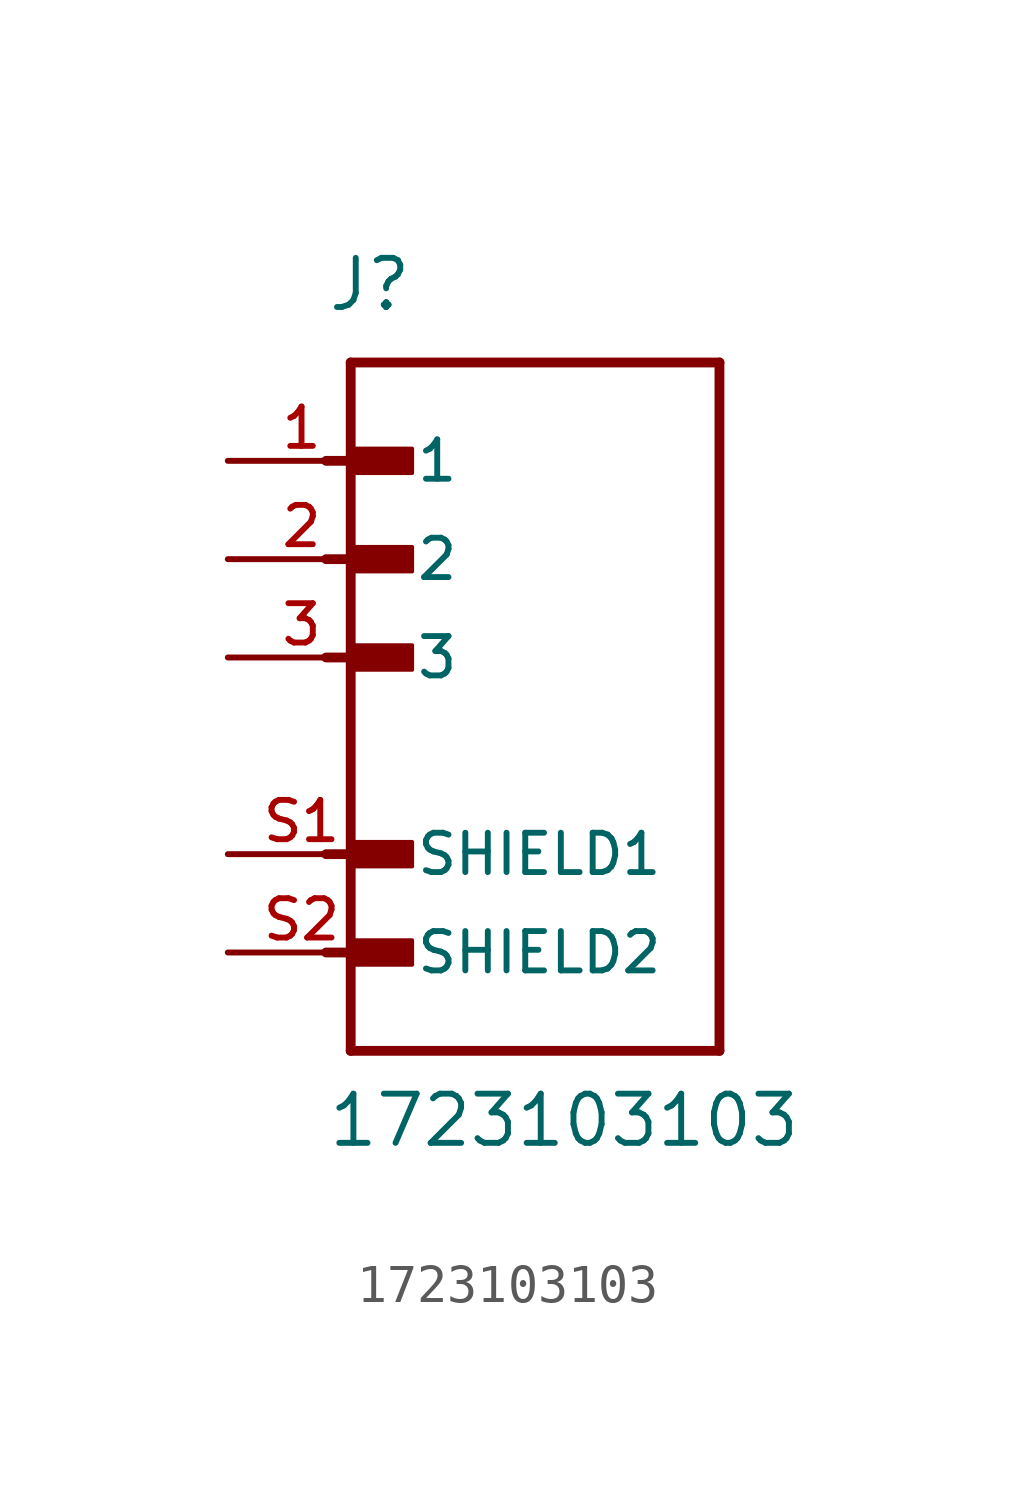
<source format=kicad_sym>
(kicad_symbol_lib
  (version 20241209)
  (generator "kicad_symbol_editor")
  (generator_version "9.0")
  (symbol "1723103103"
    (pin_names
      (offset 1.016))
    (property "Reference" "J"
      (at -7.62 8.89 0)
      (effects (font (size 1.27 1.27)) (justify left bottom)))
    (property "Value" "1723103103"
      (at -7.62 -12.7 0)
      (effects (font (size 1.27 1.27)) (justify left bottom)))
    (symbol "1723103103_0_0"
      (polyline (pts (xy -7.62 5.08) (xy -5.715 5.08)) (stroke (width 0.254) (type default)) (fill (type none)))
      (polyline (pts (xy -7.62 2.54) (xy -5.715 2.54)) (stroke (width 0.254) (type default)) (fill (type none)))
      (polyline (pts (xy -7.62 0) (xy -5.715 0)) (stroke (width 0.254) (type default)) (fill (type none)))
      (polyline (pts (xy -7.62 -5.08) (xy -5.715 -5.08)) (stroke (width 0.254) (type default)) (fill (type none)))
      (polyline (pts (xy -7.62 -7.62) (xy -5.715 -7.62)) (stroke (width 0.254) (type default)) (fill (type none)))
      (polyline (pts (xy -6.985 7.62) (xy -6.985 -10.16)) (stroke (width 0.254) (type default)) (fill (type none)))
      (rectangle (start -6.985 4.763) (end -5.397 5.397) (stroke (width 0.1) (type default)) (fill (type outline)))
      (rectangle (start -6.985 2.223) (end -5.397 2.857) (stroke (width 0.1) (type default)) (fill (type outline)))
      (rectangle (start -6.985 -0.318) (end -5.397 0.318) (stroke (width 0.1) (type default)) (fill (type outline)))
      (rectangle (start -6.985 -5.397) (end -5.397 -4.763) (stroke (width 0.1) (type default)) (fill (type outline)))
      (rectangle (start -6.985 -7.938) (end -5.397 -7.303) (stroke (width 0.1) (type default)) (fill (type outline)))
      (polyline (pts (xy -6.985 -10.16) (xy 2.54 -10.16)) (stroke (width 0.254) (type default)) (fill (type none)))
      (polyline (pts (xy 2.54 7.62) (xy -6.985 7.62)) (stroke (width 0.254) (type default)) (fill (type none)))
      (polyline (pts (xy 2.54 -10.16) (xy 2.54 7.62)) (stroke (width 0.254) (type default)) (fill (type none)))
      (pin passive line (at -10.16 5.08 0) (length 3.81) (name "1" (effects (font (size 1.016 1.016)))) (number "1" (effects (font (size 1.016 1.016)))))
      (pin passive line (at -10.16 2.54 0) (length 3.81) (name "2" (effects (font (size 1.016 1.016)))) (number "2" (effects (font (size 1.016 1.016)))))
      (pin passive line (at -10.16 0 0) (length 3.81) (name "3" (effects (font (size 1.016 1.016)))) (number "3" (effects (font (size 1.016 1.016)))))
      (pin passive line (at -10.16 -5.08 0) (length 3.81) (name "SHIELD1" (effects (font (size 1.016 1.016)))) (number "S1" (effects (font (size 1.016 1.016)))))
      (pin passive line (at -10.16 -7.62 0) (length 3.81) (name "SHIELD2" (effects (font (size 1.016 1.016)))) (number "S2" (effects (font (size 1.016 1.016))))))))
</source>
